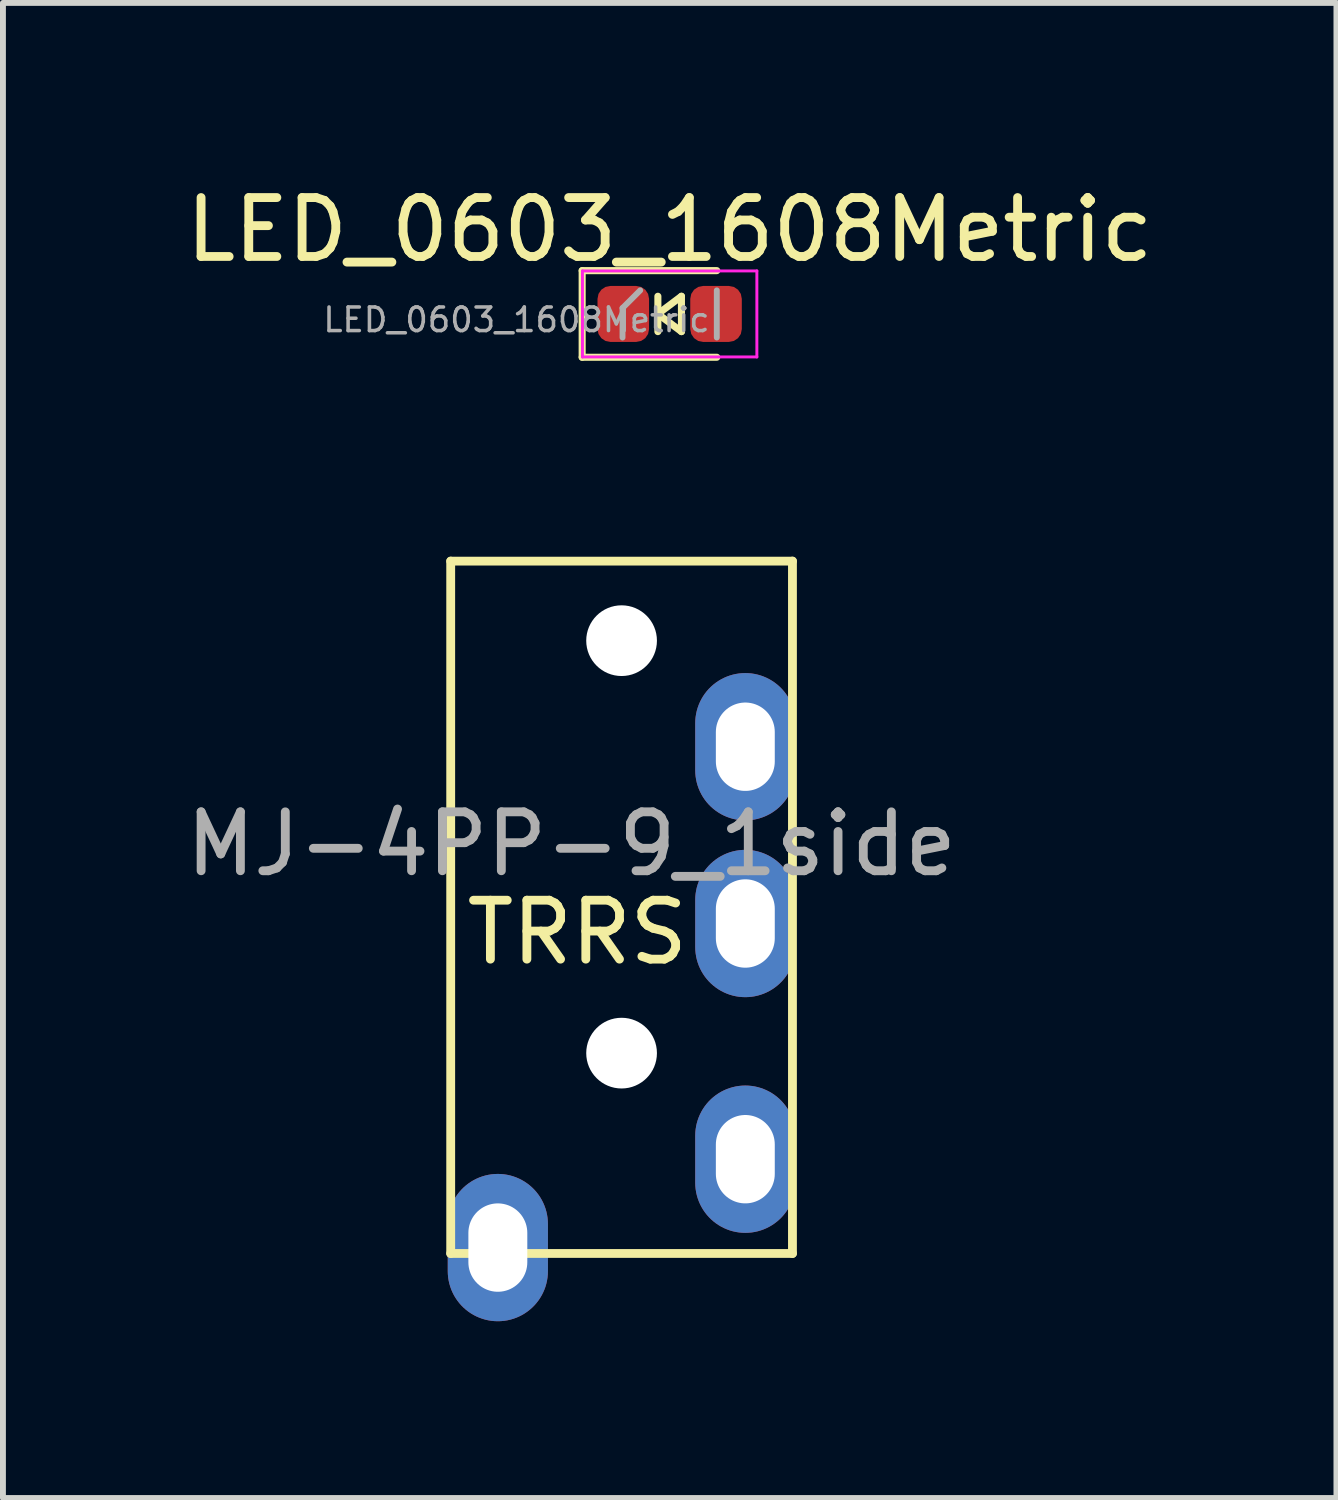
<source format=kicad_pcb>
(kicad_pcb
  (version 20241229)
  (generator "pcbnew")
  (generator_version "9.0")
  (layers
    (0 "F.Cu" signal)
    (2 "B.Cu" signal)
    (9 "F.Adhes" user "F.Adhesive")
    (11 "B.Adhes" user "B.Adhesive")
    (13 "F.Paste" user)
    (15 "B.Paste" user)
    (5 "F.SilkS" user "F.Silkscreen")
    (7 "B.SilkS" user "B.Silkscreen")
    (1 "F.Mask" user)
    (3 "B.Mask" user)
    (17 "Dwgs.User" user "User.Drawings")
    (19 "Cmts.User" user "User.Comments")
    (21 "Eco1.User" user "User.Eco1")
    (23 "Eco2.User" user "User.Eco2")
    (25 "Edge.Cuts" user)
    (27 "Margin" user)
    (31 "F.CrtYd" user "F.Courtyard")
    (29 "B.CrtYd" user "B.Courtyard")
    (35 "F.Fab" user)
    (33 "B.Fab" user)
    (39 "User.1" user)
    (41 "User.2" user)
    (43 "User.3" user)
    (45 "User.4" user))
  (footprint "LED_0603_1608Metric"
    (layer "F.Cu")
    (at 8.315 2.278)
    (property "Reference" "LED_0603_1608Metric" (at 0 -1.43 0) (layer "F.SilkS") (effects (font (size 1 1) (thickness 0.15))))
    (attr smd)
    (fp_line (start -1.485 -0.735) (end -1.485 0.735) (stroke (width 0.12) (type solid)) (layer "F.SilkS"))
    (fp_line (start -1.485 0.735) (end 0.8 0.735) (stroke (width 0.12) (type solid)) (layer "F.SilkS"))
    (fp_line (start -0.2 -0.3) (end -0.2 0.3) (stroke (width 0.12) (type solid)) (layer "F.SilkS"))
    (fp_line (start -0.2 0) (end 0.2 -0.3) (stroke (width 0.12) (type solid)) (layer "F.SilkS"))
    (fp_line (start 0.2 -0.3) (end 0.2 0.3) (stroke (width 0.12) (type solid)) (layer "F.SilkS"))
    (fp_line (start 0.2 0.3) (end -0.2 0) (stroke (width 0.12) (type solid)) (layer "F.SilkS"))
    (fp_line (start 0.8 -0.735) (end -1.485 -0.735) (stroke (width 0.12) (type solid)) (layer "F.SilkS"))
    (fp_line (start -1.48 -0.73) (end 1.48 -0.73) (stroke (width 0.05) (type solid)) (layer "F.CrtYd"))
    (fp_line (start -1.48 0.73) (end -1.48 -0.73) (stroke (width 0.05) (type solid)) (layer "F.CrtYd"))
    (fp_line (start 1.48 -0.73) (end 1.48 0.73) (stroke (width 0.05) (type solid)) (layer "F.CrtYd"))
    (fp_line (start 1.48 0.73) (end -1.48 0.73) (stroke (width 0.05) (type solid)) (layer "F.CrtYd"))
    (fp_line (start -0.8 -0.1) (end -0.8 0.4) (stroke (width 0.1) (type solid)) (layer "F.Fab"))
    (fp_line (start -0.5 -0.4) (end -0.8 -0.1) (stroke (width 0.1) (type solid)) (layer "F.Fab"))
    (fp_line (start 0.8 0.4) (end 0.8 -0.4) (stroke (width 0.1) (type solid)) (layer "F.Fab"))
    (fp_text user "${REFERENCE}" (at -2.6 0.1 0) (layer "F.Fab") (effects (font (size 0.4 0.4) (thickness 0.06))))
    (pad "1" smd roundrect (at -0.787 0) (size 0.875 0.95) (layers "F.Cu" "F.Mask" "F.Paste") (roundrect_rratio 0.25))
    (pad "2" smd roundrect (at 0.787 0) (size 0.875 0.95) (layers "F.Cu" "F.Mask" "F.Paste") (roundrect_rratio 0.25)))
  (footprint "MJ-4PP-9_1side"
    (layer "F.Cu")
    (at 7.499 6.323)
    (property "Reference" "MJ-4PP-9_1side" (at -0.85 4.95 0) (layer "F.Fab") (effects (font (size 1 1) (thickness 0.15))))
    (attr through_hole)
    (fp_line (start -2.9 0.15) (end 2.9 0.15) (stroke (width 0.15) (type solid)) (layer "F.SilkS"))
    (fp_line (start -2.9 11.9) (end -2.9 0.15) (stroke (width 0.15) (type solid)) (layer "F.SilkS"))
    (fp_line (start 2.9 0.15) (end 2.9 11.9) (stroke (width 0.15) (type solid)) (layer "F.SilkS"))
    (fp_line (start 2.9 11.9) (end -2.9 11.9) (stroke (width 0.15) (type solid)) (layer "F.SilkS"))
    (fp_text user "TRRS" (at -0.75 6.45 0) (layer "F.SilkS") (effects (font (size 1 1) (thickness 0.15))))
    (pad "" np_thru_hole circle (at 0 1.5) (size 1.2 1.2) (drill 1.2) (layers "*.Cu" "*.Mask"))
    (pad "" np_thru_hole circle (at 0 8.5) (size 1.2 1.2) (drill 1.2) (layers "*.Cu" "*.Mask"))
    (pad "1" thru_hole oval (at -2.1 11.8) (size 1.7 2.5) (drill oval 1 1.5) (layers "*.Cu" "B.Mask"))
    (pad "2" thru_hole oval (at 2.1 3.3) (size 1.7 2.5) (drill oval 1 1.5) (layers "*.Cu" "B.Mask"))
    (pad "3" thru_hole oval (at 2.1 6.3) (size 1.7 2.5) (drill oval 1 1.5) (layers "*.Cu" "B.Mask"))
    (pad "4" thru_hole oval (at 2.1 10.3) (size 1.7 2.5) (drill oval 1 1.5) (layers "*.Cu" "B.Mask")))
  (gr_rect
    (start -3 -3)
    (end 19.631 22.373)
    (stroke (width 0.1) (type default))
    (fill no)
    (layer "Edge.Cuts")))
</source>
